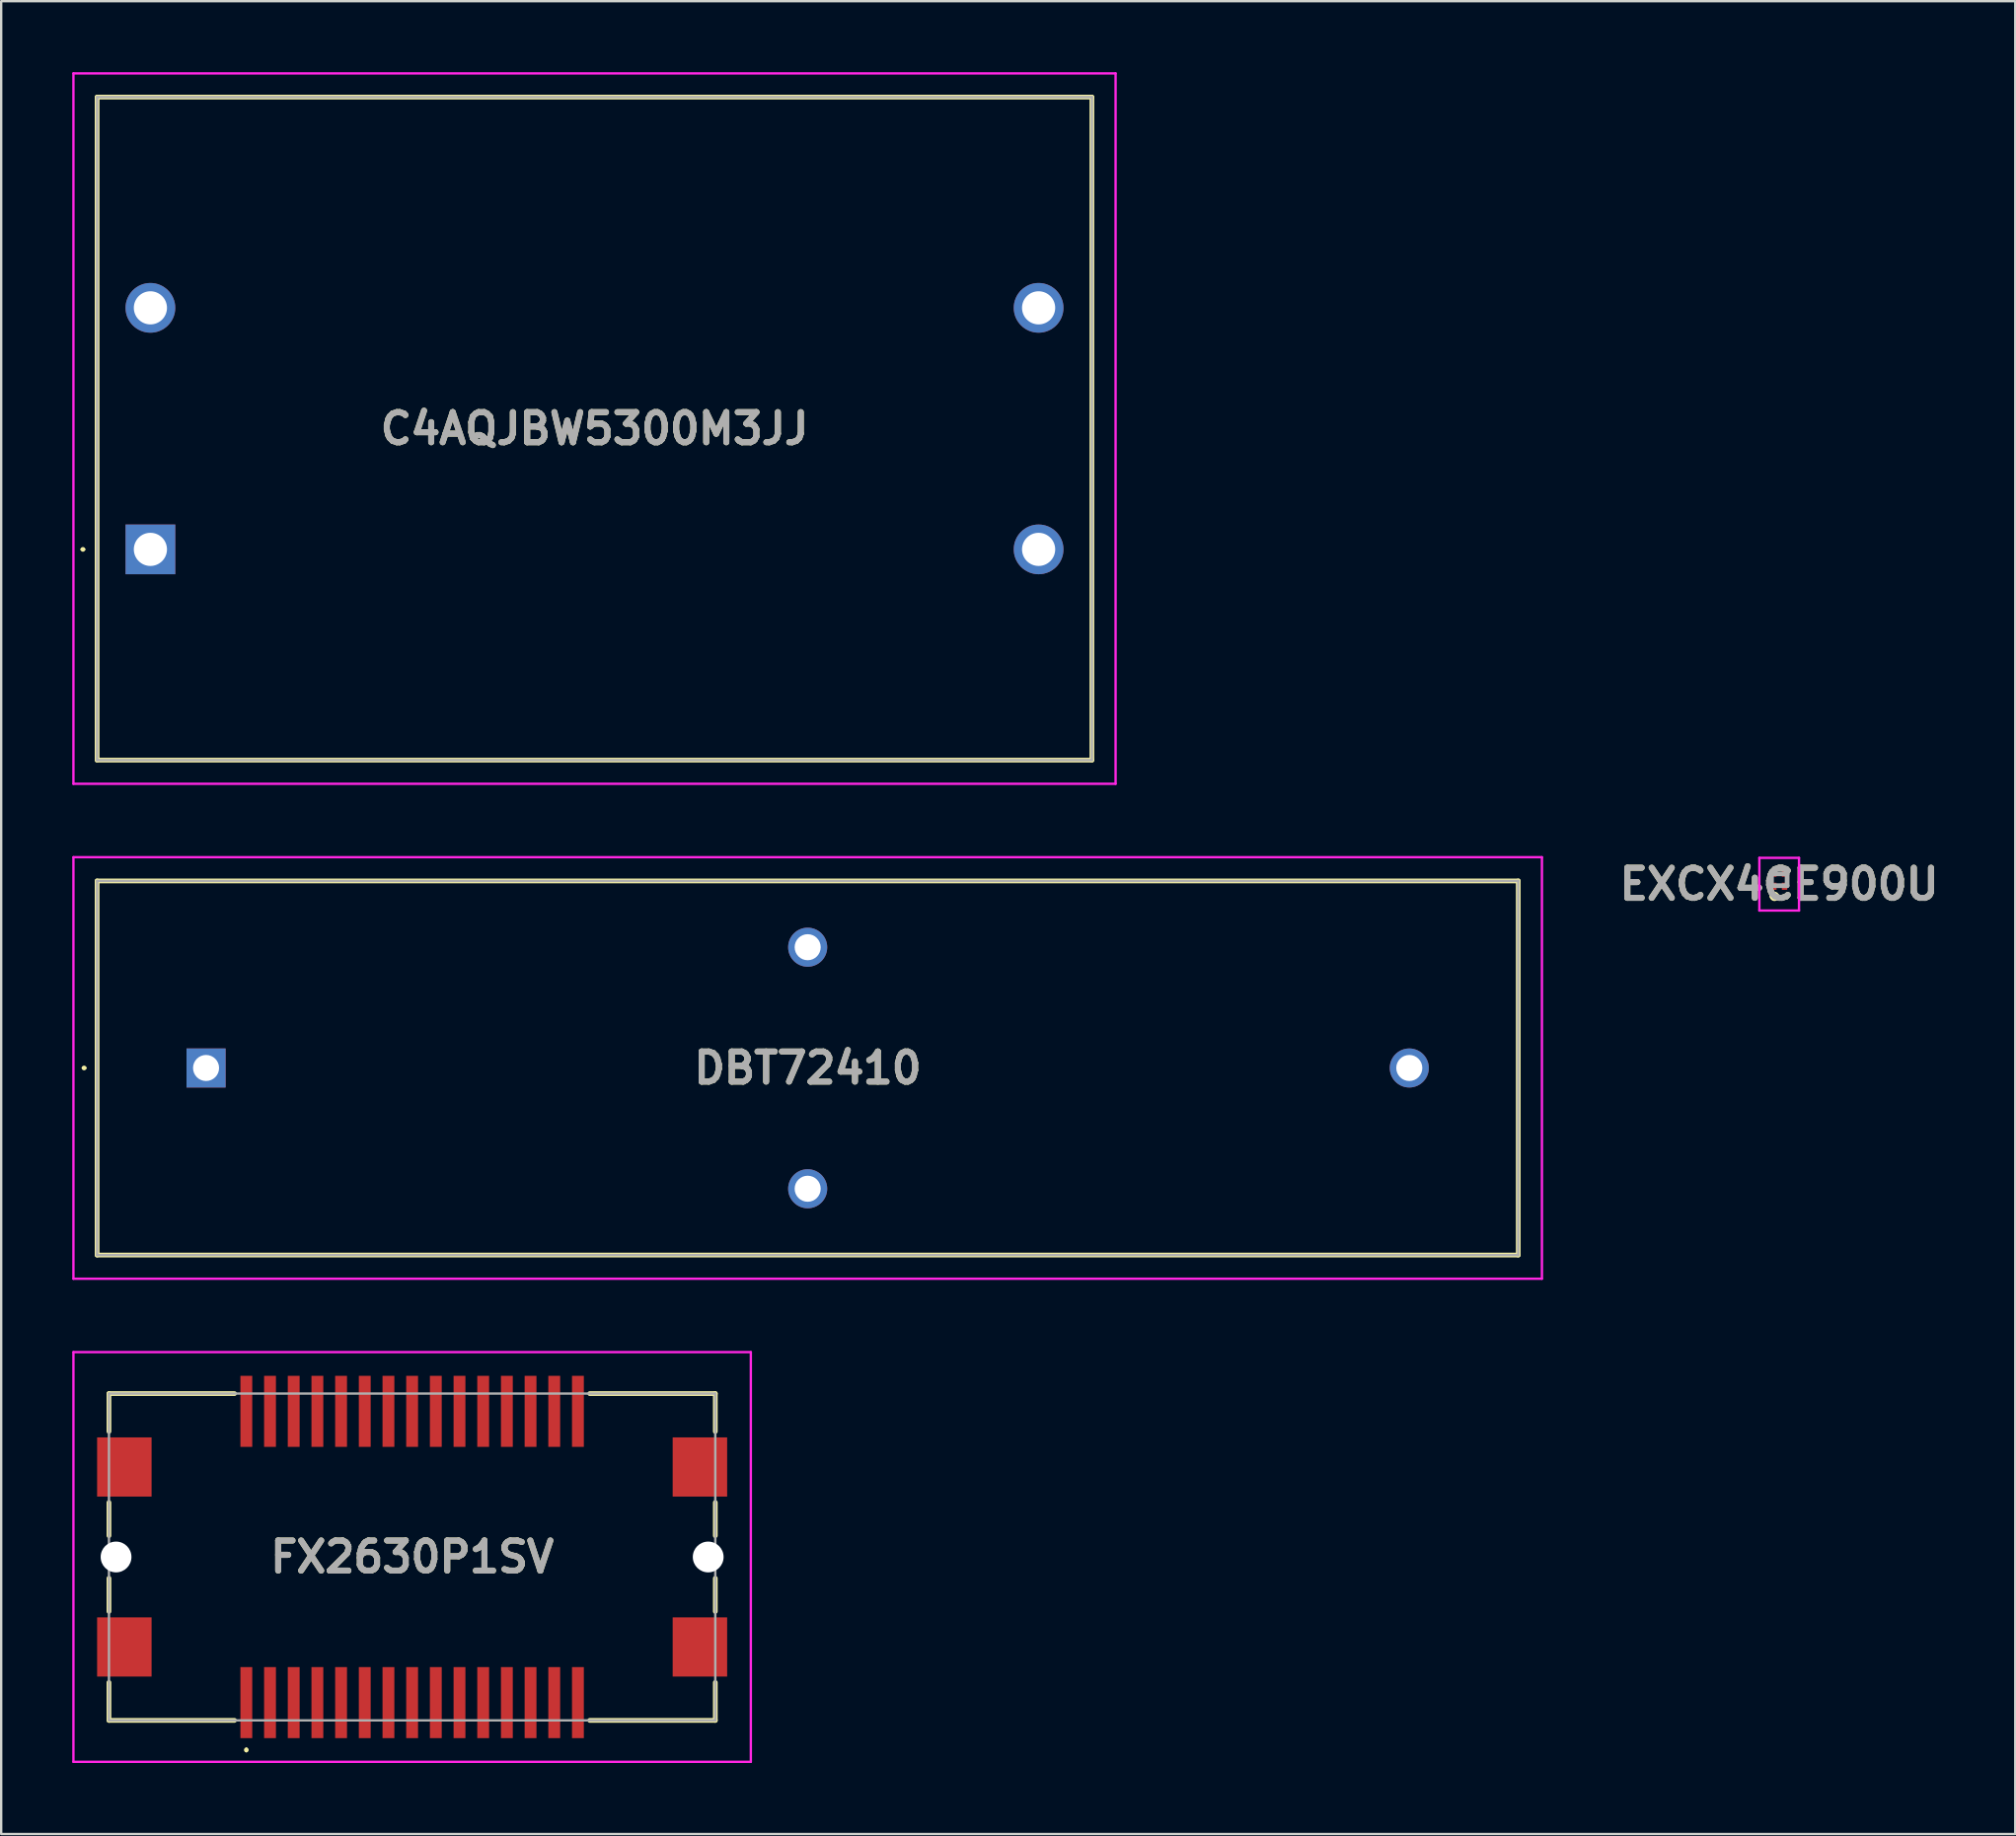
<source format=kicad_pcb>
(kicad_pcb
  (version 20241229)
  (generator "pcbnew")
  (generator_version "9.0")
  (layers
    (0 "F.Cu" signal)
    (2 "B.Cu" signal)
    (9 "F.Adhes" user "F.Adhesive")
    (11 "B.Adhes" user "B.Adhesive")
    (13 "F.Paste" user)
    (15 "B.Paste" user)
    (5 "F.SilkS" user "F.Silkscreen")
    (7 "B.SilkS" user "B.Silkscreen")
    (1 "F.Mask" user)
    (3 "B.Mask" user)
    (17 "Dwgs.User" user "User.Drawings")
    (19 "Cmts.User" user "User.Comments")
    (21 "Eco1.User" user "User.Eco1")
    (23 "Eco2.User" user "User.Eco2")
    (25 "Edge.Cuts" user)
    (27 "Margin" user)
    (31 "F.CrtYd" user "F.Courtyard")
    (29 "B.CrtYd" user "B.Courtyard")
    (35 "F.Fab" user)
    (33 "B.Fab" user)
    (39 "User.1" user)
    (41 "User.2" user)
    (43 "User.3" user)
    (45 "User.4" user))
  (footprint "DBT72410"
    (layer "F.Cu")
    (at 5.65 42.05)
    (property "Reference" "DBT72410" (at 25.4 0 0) (layer "F.SilkS") (effects (font (size 1.27 1.27) (thickness 0.254))))
    (attr through_hole)
    (fp_line (start -5.2 0) (end -5.2 0) (stroke (width 0.1) (type solid)) (layer "F.SilkS"))
    (fp_line (start -5.1 0) (end -5.1 0) (stroke (width 0.1) (type solid)) (layer "F.SilkS"))
    (fp_line (start -4.6 -7.9) (end -4.6 7.9) (stroke (width 0.2) (type solid)) (layer "F.SilkS"))
    (fp_line (start -4.6 7.9) (end 55.4 7.9) (stroke (width 0.2) (type solid)) (layer "F.SilkS"))
    (fp_line (start 55.4 -7.9) (end -4.6 -7.9) (stroke (width 0.2) (type solid)) (layer "F.SilkS"))
    (fp_line (start 55.4 7.9) (end 55.4 -7.9) (stroke (width 0.2) (type solid)) (layer "F.SilkS"))
    (fp_arc (start -5.2 0) (mid -5.15 -0.05) (end -5.1 0) (stroke (width 0.1) (type solid)) (layer "F.SilkS"))
    (fp_arc (start -5.1 0) (mid -5.15 0.05) (end -5.2 0) (stroke (width 0.1) (type solid)) (layer "F.SilkS"))
    (fp_line (start -5.6 -8.9) (end -5.6 8.9) (stroke (width 0.1) (type solid)) (layer "F.CrtYd"))
    (fp_line (start -5.6 8.9) (end 56.4 8.9) (stroke (width 0.1) (type solid)) (layer "F.CrtYd"))
    (fp_line (start 56.4 -8.9) (end -5.6 -8.9) (stroke (width 0.1) (type solid)) (layer "F.CrtYd"))
    (fp_line (start 56.4 8.9) (end 56.4 -8.9) (stroke (width 0.1) (type solid)) (layer "F.CrtYd"))
    (fp_line (start -4.6 -7.9) (end -4.6 7.9) (stroke (width 0.1) (type solid)) (layer "F.Fab"))
    (fp_line (start -4.6 7.9) (end 55.4 7.9) (stroke (width 0.1) (type solid)) (layer "F.Fab"))
    (fp_line (start 55.4 -7.9) (end -4.6 -7.9) (stroke (width 0.1) (type solid)) (layer "F.Fab"))
    (fp_line (start 55.4 7.9) (end 55.4 -7.9) (stroke (width 0.1) (type solid)) (layer "F.Fab"))
    (fp_text user "${REFERENCE}" (at 25.4 0 0) (layer "F.Fab") (effects (font (size 1.27 1.27) (thickness 0.254))))
    (pad "1" thru_hole rect (at 0 0) (size 1.65 1.65) (drill 1.1) (layers "*.Cu" "*.Mask"))
    (pad "2" thru_hole circle (at 50.8 0) (size 1.65 1.65) (drill 1.1) (layers "*.Cu" "*.Mask"))
    (pad "3" thru_hole circle (at 25.4 5.1) (size 1.65 1.65) (drill 1.1) (layers "*.Cu" "*.Mask"))
    (pad "4" thru_hole circle (at 25.4 -5.1) (size 1.65 1.65) (drill 1.1) (layers "*.Cu" "*.Mask")))
  (footprint "EXCX4CE900U"
    (layer "F.Cu")
    (at 72.067 34.102)
    (property "Reference" "EXCX4CE900U" (at 0 0.187 0) (layer "F.SilkS") (effects (font (size 1.27 1.27) (thickness 0.254))))
    (attr smd)
    (fp_line (start -0.3 0.7) (end -0.3 0.7) (stroke (width 0.2) (type solid)) (layer "F.SilkS"))
    (fp_line (start -0.1 0.7) (end -0.1 0.7) (stroke (width 0.2) (type solid)) (layer "F.SilkS"))
    (fp_arc (start -0.3 0.7) (mid -0.2 0.6) (end -0.1 0.7) (stroke (width 0.2) (type solid)) (layer "F.SilkS"))
    (fp_arc (start -0.1 0.7) (mid -0.2 0.8) (end -0.3 0.7) (stroke (width 0.2) (type solid)) (layer "F.SilkS"))
    (fp_line (start -0.837 -0.925) (end 0.837 -0.925) (stroke (width 0.1) (type solid)) (layer "F.CrtYd"))
    (fp_line (start -0.837 1.3) (end -0.837 -0.925) (stroke (width 0.1) (type solid)) (layer "F.CrtYd"))
    (fp_line (start 0.837 -0.925) (end 0.837 1.3) (stroke (width 0.1) (type solid)) (layer "F.CrtYd"))
    (fp_line (start 0.837 1.3) (end -0.837 1.3) (stroke (width 0.1) (type solid)) (layer "F.CrtYd"))
    (fp_line (start -0.325 -0.25) (end 0.335 -0.25) (stroke (width 0.2) (type solid)) (layer "F.Fab"))
    (fp_line (start -0.325 0.25) (end -0.325 -0.25) (stroke (width 0.2) (type solid)) (layer "F.Fab"))
    (fp_line (start 0.335 -0.25) (end 0.335 0.25) (stroke (width 0.2) (type solid)) (layer "F.Fab"))
    (fp_line (start 0.335 0.25) (end -0.325 0.25) (stroke (width 0.2) (type solid)) (layer "F.Fab"))
    (fp_text user "${REFERENCE}" (at 0 0.187 0) (layer "F.Fab") (effects (font (size 1.27 1.27) (thickness 0.254))))
    (pad "1" smd rect (at -0.225 0.275) (size 0.225 0.3) (layers "F.Cu" "F.Mask" "F.Paste"))
    (pad "2" smd rect (at 0.225 0.275) (size 0.225 0.3) (layers "F.Cu" "F.Mask" "F.Paste"))
    (pad "3" smd rect (at 0.225 -0.275) (size 0.225 0.3) (layers "F.Cu" "F.Mask" "F.Paste"))
    (pad "4" smd rect (at -0.225 -0.275) (size 0.225 0.3) (layers "F.Cu" "F.Mask" "F.Paste")))
  (footprint "C4AQJBW5300M3JJ"
    (layer "F.Cu")
    (at 3.3 20.15)
    (property "Reference" "C4AQJBW5300M3JJ" (at 18.75 -5.1 0) (layer "F.SilkS") (effects (font (size 1.27 1.27) (thickness 0.254))))
    (attr through_hole)
    (fp_line (start -2.9 0) (end -2.9 0) (stroke (width 0.1) (type solid)) (layer "F.SilkS"))
    (fp_line (start -2.8 0) (end -2.8 0) (stroke (width 0.1) (type solid)) (layer "F.SilkS"))
    (fp_line (start -2.25 -19.1) (end 39.75 -19.1) (stroke (width 0.2) (type solid)) (layer "F.SilkS"))
    (fp_line (start -2.25 8.9) (end -2.25 -19.1) (stroke (width 0.2) (type solid)) (layer "F.SilkS"))
    (fp_line (start 39.75 -19.1) (end 39.75 8.9) (stroke (width 0.2) (type solid)) (layer "F.SilkS"))
    (fp_line (start 39.75 8.9) (end -2.25 8.9) (stroke (width 0.2) (type solid)) (layer "F.SilkS"))
    (fp_arc (start -2.9 0) (mid -2.85 -0.05) (end -2.8 0) (stroke (width 0.1) (type solid)) (layer "F.SilkS"))
    (fp_arc (start -2.8 0) (mid -2.85 0.05) (end -2.9 0) (stroke (width 0.1) (type solid)) (layer "F.SilkS"))
    (fp_line (start -3.25 -20.1) (end 40.75 -20.1) (stroke (width 0.1) (type solid)) (layer "F.CrtYd"))
    (fp_line (start -3.25 9.9) (end -3.25 -20.1) (stroke (width 0.1) (type solid)) (layer "F.CrtYd"))
    (fp_line (start 40.75 -20.1) (end 40.75 9.9) (stroke (width 0.1) (type solid)) (layer "F.CrtYd"))
    (fp_line (start 40.75 9.9) (end -3.25 9.9) (stroke (width 0.1) (type solid)) (layer "F.CrtYd"))
    (fp_line (start -2.25 -19.1) (end 39.75 -19.1) (stroke (width 0.1) (type solid)) (layer "F.Fab"))
    (fp_line (start -2.25 8.9) (end -2.25 -19.1) (stroke (width 0.1) (type solid)) (layer "F.Fab"))
    (fp_line (start 39.75 -19.1) (end 39.75 8.9) (stroke (width 0.1) (type solid)) (layer "F.Fab"))
    (fp_line (start 39.75 8.9) (end -2.25 8.9) (stroke (width 0.1) (type solid)) (layer "F.Fab"))
    (fp_text user "${REFERENCE}" (at 18.75 -5.1 0) (layer "F.Fab") (effects (font (size 1.27 1.27) (thickness 0.254))))
    (pad "1" thru_hole rect (at 0 0) (size 2.1 2.1) (drill 1.4) (layers "*.Cu" "*.Mask"))
    (pad "2" thru_hole circle (at 37.5 0) (size 2.1 2.1) (drill 1.4) (layers "*.Cu" "*.Mask"))
    (pad "3" thru_hole circle (at 37.5 -10.2) (size 2.1 2.1) (drill 1.4) (layers "*.Cu" "*.Mask"))
    (pad "4" thru_hole circle (at 0 -10.2) (size 2.1 2.1) (drill 1.4) (layers "*.Cu" "*.Mask")))
  (footprint "FX2630P1SV"
    (layer "F.Cu")
    (at 14.35 62.7)
    (property "Reference" "FX2630P1SV" (at 0 0 0) (layer "F.SilkS") (effects (font (size 1.27 1.27) (thickness 0.254))))
    (attr through_hole)
    (fp_line (start -12.8 -6.9) (end -12.8 -5.3) (stroke (width 0.2) (type solid)) (layer "F.SilkS"))
    (fp_line (start -12.8 -2.3) (end -12.8 -0.9) (stroke (width 0.2) (type solid)) (layer "F.SilkS"))
    (fp_line (start -12.8 0.9) (end -12.8 2.3) (stroke (width 0.2) (type solid)) (layer "F.SilkS"))
    (fp_line (start -12.8 5.3) (end -12.8 6.9) (stroke (width 0.2) (type solid)) (layer "F.SilkS"))
    (fp_line (start -12.8 6.9) (end -7.5 6.9) (stroke (width 0.2) (type solid)) (layer "F.SilkS"))
    (fp_line (start -7.5 -6.9) (end -12.8 -6.9) (stroke (width 0.2) (type solid)) (layer "F.SilkS"))
    (fp_line (start -7 8.1) (end -7 8.1) (stroke (width 0.1) (type solid)) (layer "F.SilkS"))
    (fp_line (start -7 8.2) (end -7 8.2) (stroke (width 0.1) (type solid)) (layer "F.SilkS"))
    (fp_line (start 7.5 6.9) (end 12.8 6.9) (stroke (width 0.2) (type solid)) (layer "F.SilkS"))
    (fp_line (start 12.8 -6.9) (end 7.5 -6.9) (stroke (width 0.2) (type solid)) (layer "F.SilkS"))
    (fp_line (start 12.8 -5.3) (end 12.8 -6.9) (stroke (width 0.2) (type solid)) (layer "F.SilkS"))
    (fp_line (start 12.8 -0.9) (end 12.8 -2.3) (stroke (width 0.2) (type solid)) (layer "F.SilkS"))
    (fp_line (start 12.8 2.3) (end 12.8 0.9) (stroke (width 0.2) (type solid)) (layer "F.SilkS"))
    (fp_line (start 12.8 6.9) (end 12.8 5.3) (stroke (width 0.2) (type solid)) (layer "F.SilkS"))
    (fp_arc (start -7 8.1) (mid -6.95 8.15) (end -7 8.2) (stroke (width 0.1) (type solid)) (layer "F.SilkS"))
    (fp_arc (start -7 8.2) (mid -7.05 8.15) (end -7 8.1) (stroke (width 0.1) (type solid)) (layer "F.SilkS"))
    (fp_line (start -14.3 -8.65) (end 14.3 -8.65) (stroke (width 0.1) (type solid)) (layer "F.CrtYd"))
    (fp_line (start -14.3 8.65) (end -14.3 -8.65) (stroke (width 0.1) (type solid)) (layer "F.CrtYd"))
    (fp_line (start 14.3 -8.65) (end 14.3 8.65) (stroke (width 0.1) (type solid)) (layer "F.CrtYd"))
    (fp_line (start 14.3 8.65) (end -14.3 8.65) (stroke (width 0.1) (type solid)) (layer "F.CrtYd"))
    (fp_line (start -12.8 -6.9) (end 12.8 -6.9) (stroke (width 0.1) (type solid)) (layer "F.Fab"))
    (fp_line (start -12.8 6.9) (end -12.8 -6.9) (stroke (width 0.1) (type solid)) (layer "F.Fab"))
    (fp_line (start 12.8 -6.9) (end 12.8 6.9) (stroke (width 0.1) (type solid)) (layer "F.Fab"))
    (fp_line (start 12.8 6.9) (end -12.8 6.9) (stroke (width 0.1) (type solid)) (layer "F.Fab"))
    (fp_text user "${REFERENCE}" (at 0 0 0) (layer "F.Fab") (effects (font (size 1.27 1.27) (thickness 0.254))))
    (pad "" np_thru_hole circle (at -12.5 0) (size 1.3 1.3) (drill 1.3) (layers "*.Cu" "*.Mask"))
    (pad "" np_thru_hole circle (at 12.5 0) (size 1.3 1.3) (drill 1.3) (layers "*.Cu" "*.Mask"))
    (pad "1" smd rect (at -7 6.15) (size 0.5 3) (layers "F.Cu" "F.Mask" "F.Paste"))
    (pad "2" smd rect (at -7 -6.15) (size 0.5 3) (layers "F.Cu" "F.Mask" "F.Paste"))
    (pad "3" smd rect (at -6 6.15) (size 0.5 3) (layers "F.Cu" "F.Mask" "F.Paste"))
    (pad "4" smd rect (at -6 -6.15) (size 0.5 3) (layers "F.Cu" "F.Mask" "F.Paste"))
    (pad "5" smd rect (at -5 6.15) (size 0.5 3) (layers "F.Cu" "F.Mask" "F.Paste"))
    (pad "6" smd rect (at -5 -6.15) (size 0.5 3) (layers "F.Cu" "F.Mask" "F.Paste"))
    (pad "7" smd rect (at -4 6.15) (size 0.5 3) (layers "F.Cu" "F.Mask" "F.Paste"))
    (pad "8" smd rect (at -4 -6.15) (size 0.5 3) (layers "F.Cu" "F.Mask" "F.Paste"))
    (pad "9" smd rect (at -3 6.15) (size 0.5 3) (layers "F.Cu" "F.Mask" "F.Paste"))
    (pad "10" smd rect (at -3 -6.15) (size 0.5 3) (layers "F.Cu" "F.Mask" "F.Paste"))
    (pad "11" smd rect (at -2 6.15) (size 0.5 3) (layers "F.Cu" "F.Mask" "F.Paste"))
    (pad "12" smd rect (at -2 -6.15) (size 0.5 3) (layers "F.Cu" "F.Mask" "F.Paste"))
    (pad "13" smd rect (at -1 6.15) (size 0.5 3) (layers "F.Cu" "F.Mask" "F.Paste"))
    (pad "14" smd rect (at -1 -6.15) (size 0.5 3) (layers "F.Cu" "F.Mask" "F.Paste"))
    (pad "15" smd rect (at 0 6.15) (size 0.5 3) (layers "F.Cu" "F.Mask" "F.Paste"))
    (pad "16" smd rect (at 0 -6.15) (size 0.5 3) (layers "F.Cu" "F.Mask" "F.Paste"))
    (pad "17" smd rect (at 1 6.15) (size 0.5 3) (layers "F.Cu" "F.Mask" "F.Paste"))
    (pad "18" smd rect (at 1 -6.15) (size 0.5 3) (layers "F.Cu" "F.Mask" "F.Paste"))
    (pad "19" smd rect (at 2 6.15) (size 0.5 3) (layers "F.Cu" "F.Mask" "F.Paste"))
    (pad "20" smd rect (at 2 -6.15) (size 0.5 3) (layers "F.Cu" "F.Mask" "F.Paste"))
    (pad "21" smd rect (at 3 6.15) (size 0.5 3) (layers "F.Cu" "F.Mask" "F.Paste"))
    (pad "22" smd rect (at 3 -6.15) (size 0.5 3) (layers "F.Cu" "F.Mask" "F.Paste"))
    (pad "23" smd rect (at 4 6.15) (size 0.5 3) (layers "F.Cu" "F.Mask" "F.Paste"))
    (pad "24" smd rect (at 4 -6.15) (size 0.5 3) (layers "F.Cu" "F.Mask" "F.Paste"))
    (pad "25" smd rect (at 5 6.15) (size 0.5 3) (layers "F.Cu" "F.Mask" "F.Paste"))
    (pad "26" smd rect (at 5 -6.15) (size 0.5 3) (layers "F.Cu" "F.Mask" "F.Paste"))
    (pad "27" smd rect (at 6 6.15) (size 0.5 3) (layers "F.Cu" "F.Mask" "F.Paste"))
    (pad "28" smd rect (at 6 -6.15) (size 0.5 3) (layers "F.Cu" "F.Mask" "F.Paste"))
    (pad "29" smd rect (at 7 6.15) (size 0.5 3) (layers "F.Cu" "F.Mask" "F.Paste"))
    (pad "30" smd rect (at 7 -6.15) (size 0.5 3) (layers "F.Cu" "F.Mask" "F.Paste"))
    (pad "MP1" smd rect (at -12.15 3.8) (size 2.3 2.5) (layers "F.Cu" "F.Mask" "F.Paste"))
    (pad "MP2" smd rect (at -12.15 -3.8) (size 2.3 2.5) (layers "F.Cu" "F.Mask" "F.Paste"))
    (pad "MP3" smd rect (at 12.15 3.8) (size 2.3 2.5) (layers "F.Cu" "F.Mask" "F.Paste"))
    (pad "MP4" smd rect (at 12.15 -3.8) (size 2.3 2.5) (layers "F.Cu" "F.Mask" "F.Paste")))
  (gr_rect
    (start -3 -3)
    (end 82.034 74.4)
    (stroke (width 0.1) (type default))
    (fill no)
    (layer "Edge.Cuts")))
</source>
